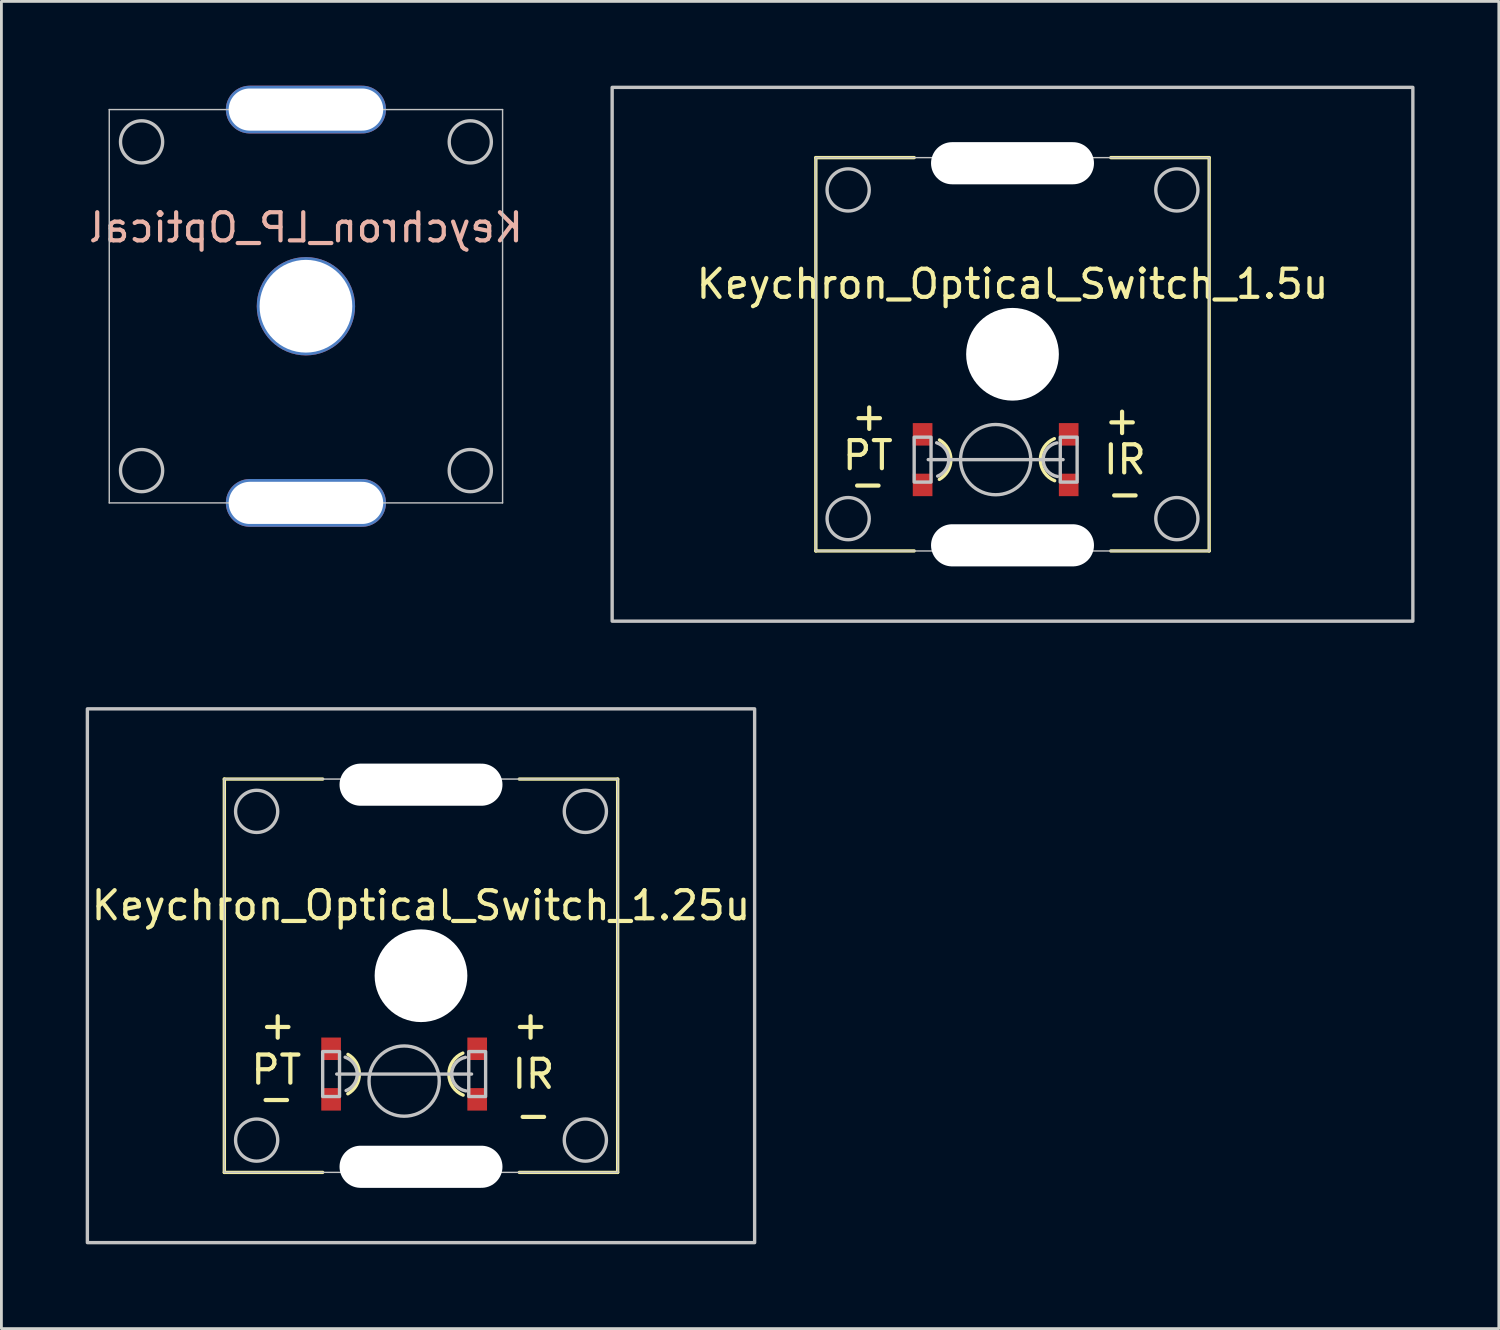
<source format=kicad_pcb>
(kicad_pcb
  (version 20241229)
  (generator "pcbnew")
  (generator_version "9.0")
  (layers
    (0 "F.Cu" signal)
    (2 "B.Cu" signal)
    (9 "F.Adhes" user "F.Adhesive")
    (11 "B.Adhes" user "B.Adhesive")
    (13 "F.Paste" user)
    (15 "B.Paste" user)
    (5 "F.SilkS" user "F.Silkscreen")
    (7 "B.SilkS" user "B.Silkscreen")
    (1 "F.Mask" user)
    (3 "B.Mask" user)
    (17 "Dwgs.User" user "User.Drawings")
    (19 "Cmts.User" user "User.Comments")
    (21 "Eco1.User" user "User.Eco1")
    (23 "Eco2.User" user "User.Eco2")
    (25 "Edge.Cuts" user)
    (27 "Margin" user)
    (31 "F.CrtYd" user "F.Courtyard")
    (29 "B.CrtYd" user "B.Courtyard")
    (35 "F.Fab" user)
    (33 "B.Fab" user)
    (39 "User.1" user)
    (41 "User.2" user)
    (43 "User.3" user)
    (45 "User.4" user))
  (footprint "Keychron_Optical_Switch_1.5u"
    (layer "F.Cu")
    (at 32.989 9.56)
    (property "Reference" "Keychron_Optical_Switch_1.5u" (at 0 -2.5 0) (unlocked yes) (layer "F.SilkS") (effects (font (size 1 1) (thickness 0.15))))
    (fp_line (start -7 -7) (end -7 7) (stroke (width 0.12) (type solid)) (layer "F.SilkS"))
    (fp_line (start -7 -7) (end -3.5 -7) (stroke (width 0.12) (type solid)) (layer "F.SilkS"))
    (fp_line (start -7 7) (end -3.5 7) (stroke (width 0.12) (type solid)) (layer "F.SilkS"))
    (fp_line (start 7 -7) (end 3.5 -7) (stroke (width 0.12) (type solid)) (layer "F.SilkS"))
    (fp_line (start 7 7) (end 3.5 7) (stroke (width 0.12) (type solid)) (layer "F.SilkS"))
    (fp_line (start 7 7) (end 7 -7) (stroke (width 0.12) (type solid)) (layer "F.SilkS"))
    (fp_arc (start -2.6 3.050001) (mid -2.19378 3.752724) (end -2.604739 4.452686) (stroke (width 0.12) (type solid)) (layer "F.SilkS"))
    (fp_arc (start 1.5 4.499999) (mid 0.992247 3.755769) (end 1.489318 3.004362) (stroke (width 0.12) (type solid)) (layer "F.SilkS"))
    (fp_line (start -7 -7) (end 7 -7) (stroke (width 0.05) (type solid)) (layer "Dwgs.User"))
    (fp_line (start -7 7) (end -7 -7) (stroke (width 0.05) (type solid)) (layer "Dwgs.User"))
    (fp_line (start 1.8 3.75) (end -3 3.75) (stroke (width 0.12) (type solid)) (layer "Dwgs.User"))
    (fp_line (start 7 -7) (end 7 7) (stroke (width 0.05) (type solid)) (layer "Dwgs.User"))
    (fp_line (start 7 7) (end -7 7) (stroke (width 0.05) (type solid)) (layer "Dwgs.User"))
    (fp_rect (start -14.25 9.5) (end 14.25 -9.5) (stroke (width 0.12) (type solid)) (fill no) (layer "Dwgs.User"))
    (fp_rect (start -2.9 2.95) (end -3.5 4.55) (stroke (width 0.12) (type solid)) (fill no) (layer "Dwgs.User"))
    (fp_rect (start 2.3 2.95) (end 1.7 4.55) (stroke (width 0.12) (type solid)) (fill no) (layer "Dwgs.User"))
    (fp_arc (start -2.7 3.150001) (mid -2.267818 3.731423) (end -2.665112 4.33722) (stroke (width 0.12) (type solid)) (layer "Dwgs.User"))
    (fp_arc (start 1.6 4.35) (mid 1.091803 3.759807) (end 1.580707 3.153536) (stroke (width 0.12) (type solid)) (layer "Dwgs.User"))
    (fp_circle (center -5.85 -5.85) (end -5.1 -5.85) (stroke (width 0.12) (type solid)) (fill no) (layer "Dwgs.User"))
    (fp_circle (center -5.85 5.85) (end -5.1 5.85) (stroke (width 0.12) (type solid)) (fill no) (layer "Dwgs.User"))
    (fp_circle (center -0.6 3.75) (end 0.65 3.75) (stroke (width 0.12) (type solid)) (fill no) (layer "Dwgs.User"))
    (fp_circle (center 5.85 -5.85) (end 6.6 -5.85) (stroke (width 0.12) (type solid)) (fill no) (layer "Dwgs.User"))
    (fp_circle (center 5.85 5.85) (end 6.6 5.85) (stroke (width 0.12) (type solid)) (fill no) (layer "Dwgs.User"))
    (fp_rect (start -0.8 -5.55) (end 0.8 -4.05) (stroke (width 0.12) (type solid)) (fill no) (layer "User.2"))
    (fp_circle (center 0 -4.8) (end 0.75 -4.8) (stroke (width 0.12) (type solid)) (fill no) (layer "User.2"))
    (fp_text user "+" (at -5.1 2.2 0) (unlocked yes) (layer "F.SilkS") (effects (font (size 1 1) (thickness 0.15))))
    (fp_text user "IR" (at 4 3.75 0) (unlocked yes) (layer "F.SilkS") (effects (font (size 1 1) (thickness 0.15))))
    (fp_text user "PT" (at -5.15 3.6 0) (unlocked yes) (layer "F.SilkS") (effects (font (size 1 1) (thickness 0.15))))
    (fp_text user "-" (at 4 4.95 0) (unlocked yes) (layer "F.SilkS") (effects (font (size 1 1) (thickness 0.15))))
    (fp_text user "-" (at -5.15 4.6 0) (unlocked yes) (layer "F.SilkS") (effects (font (size 1 1) (thickness 0.15))))
    (fp_text user "+" (at 3.9 2.35 0) (unlocked yes) (layer "F.SilkS") (effects (font (size 1 1) (thickness 0.15))))
    (pad "" np_thru_hole oval (at 0 -6.8) (size 5.8 1.5) (drill oval 5.8 1.5) (layers "*.Cu" "*.Mask"))
    (pad "" np_thru_hole circle (at 0 0) (size 3.3 3.3) (drill 3.3) (layers "*.Cu" "*.Mask"))
    (pad "" np_thru_hole oval (at 0 6.8) (size 5.8 1.5) (drill oval 5.8 1.5) (layers "*.Cu" "*.Mask"))
    (pad "1" smd rect (at 2 2.85) (size 0.7 0.8) (layers "F.Cu" "F.Mask" "F.Paste"))
    (pad "2" smd rect (at 2 4.65) (size 0.7 0.8) (layers "F.Cu" "F.Mask" "F.Paste"))
    (pad "3" smd rect (at -3.2 4.65) (size 0.7 0.8) (layers "F.Cu" "F.Mask" "F.Paste"))
    (pad "4" smd rect (at -3.2 2.85) (size 0.7 0.8) (layers "F.Cu" "F.Mask" "F.Paste")))
  (footprint "Keychron_LP_Optical"
    (layer "F.Cu")
    (at 7.839 7.85)
    (property "Reference" "Keychron_LP_Optical" (at 0 -2.8 0) (unlocked yes) (layer "B.SilkS") (effects (font (size 1 1) (thickness 0.15)) (justify mirror)))
    (attr smd)
    (fp_line (start -7 -7) (end 7 -7) (stroke (width 0.05) (type solid)) (layer "Dwgs.User"))
    (fp_line (start -7 7) (end -7 -7) (stroke (width 0.05) (type solid)) (layer "Dwgs.User"))
    (fp_line (start 7 -7) (end 7 7) (stroke (width 0.05) (type solid)) (layer "Dwgs.User"))
    (fp_line (start 7 7) (end -7 7) (stroke (width 0.05) (type solid)) (layer "Dwgs.User"))
    (fp_circle (center -5.85 -5.85) (end -5.1 -5.85) (stroke (width 0.12) (type solid)) (fill no) (layer "Dwgs.User"))
    (fp_circle (center -5.85 5.85) (end -5.1 5.85) (stroke (width 0.12) (type solid)) (fill no) (layer "Dwgs.User"))
    (fp_circle (center 5.85 -5.85) (end 6.6 -5.85) (stroke (width 0.12) (type solid)) (fill no) (layer "Dwgs.User"))
    (fp_circle (center 5.85 5.85) (end 6.6 5.85) (stroke (width 0.12) (type solid)) (fill no) (layer "Dwgs.User"))
    (fp_rect (start -4 2.25) (end -2 5.25) (stroke (width 0.12) (type solid)) (fill no) (layer "User.2"))
    (fp_rect (start -0.8 -5.55) (end 0.8 -4.05) (stroke (width 0.12) (type solid)) (fill no) (layer "User.2"))
    (fp_rect (start 0.8 2.25) (end 2.8 5.25) (stroke (width 0.12) (type solid)) (fill no) (layer "User.2"))
    (fp_circle (center -3 3.75) (end -2 3.75) (stroke (width 0.12) (type solid)) (fill no) (layer "User.2"))
    (fp_circle (center 0 -4.8) (end 0.75 -4.8) (stroke (width 0.12) (type solid)) (fill no) (layer "User.2"))
    (fp_circle (center 1.8 3.75) (end 2.8 3.75) (stroke (width 0.12) (type solid)) (fill no) (layer "User.2"))
    (fp_circle (center 0 0) (end 3.75 0) (stroke (width 0.12) (type solid)) (fill no) (layer "User.7"))
    (fp_circle (center 0 0) (end 5.5 0) (stroke (width 0.12) (type solid)) (fill no) (layer "User.7"))
    (pad "0" thru_hole oval (at 0 -7) (size 5.7 1.7) (drill oval 5.5 1.5) (layers "*.Cu" "*.Mask"))
    (pad "0" thru_hole circle (at 0 0) (size 3.5 3.5) (drill 3.3) (layers "*.Cu" "*.Mask"))
    (pad "0" thru_hole oval (at 0 7) (size 5.7 1.7) (drill oval 5.5 1.5) (layers "*.Cu" "*.Mask")))
  (footprint "Keychron_Optical_Switch_1.25u"
    (layer "F.Cu")
    (at 11.935 31.68)
    (property "Reference" "Keychron_Optical_Switch_1.25u" (at 0 -2.5 0) (unlocked yes) (layer "F.SilkS") (effects (font (size 1 1) (thickness 0.15))))
    (fp_line (start -7 -7) (end -7 7) (stroke (width 0.12) (type solid)) (layer "F.SilkS"))
    (fp_line (start -7 -7) (end -3.5 -7) (stroke (width 0.12) (type solid)) (layer "F.SilkS"))
    (fp_line (start -7 7) (end -3.5 7) (stroke (width 0.12) (type solid)) (layer "F.SilkS"))
    (fp_line (start 7 -7) (end 3.5 -7) (stroke (width 0.12) (type solid)) (layer "F.SilkS"))
    (fp_line (start 7 7) (end 3.5 7) (stroke (width 0.12) (type solid)) (layer "F.SilkS"))
    (fp_line (start 7 7) (end 7 -7) (stroke (width 0.12) (type solid)) (layer "F.SilkS"))
    (fp_arc (start -2.6 2.800001) (mid -2.19378 3.502724) (end -2.604739 4.202686) (stroke (width 0.12) (type solid)) (layer "F.SilkS"))
    (fp_arc (start 1.5 4.249999) (mid 0.992247 3.505769) (end 1.489318 2.754362) (stroke (width 0.12) (type solid)) (layer "F.SilkS"))
    (fp_line (start -7 -7) (end 7 -7) (stroke (width 0.05) (type solid)) (layer "Dwgs.User"))
    (fp_line (start -7 7) (end -7 -7) (stroke (width 0.05) (type solid)) (layer "Dwgs.User"))
    (fp_line (start 1.8 3.5) (end -3 3.5) (stroke (width 0.12) (type solid)) (layer "Dwgs.User"))
    (fp_line (start 7 -7) (end 7 7) (stroke (width 0.05) (type solid)) (layer "Dwgs.User"))
    (fp_line (start 7 7) (end -7 7) (stroke (width 0.05) (type solid)) (layer "Dwgs.User"))
    (fp_rect (start -11.875 9.5) (end 11.875 -9.5) (stroke (width 0.12) (type solid)) (fill no) (layer "Dwgs.User"))
    (fp_rect (start -2.9 2.7) (end -3.5 4.3) (stroke (width 0.12) (type solid)) (fill no) (layer "Dwgs.User"))
    (fp_rect (start 2.3 2.7) (end 1.7 4.3) (stroke (width 0.12) (type solid)) (fill no) (layer "Dwgs.User"))
    (fp_arc (start -2.7 2.900001) (mid -2.267818 3.481423) (end -2.665112 4.08722) (stroke (width 0.12) (type solid)) (layer "Dwgs.User"))
    (fp_arc (start 1.6 4.1) (mid 1.091803 3.509807) (end 1.580707 2.903536) (stroke (width 0.12) (type solid)) (layer "Dwgs.User"))
    (fp_circle (center -5.85 -5.85) (end -5.1 -5.85) (stroke (width 0.12) (type solid)) (fill no) (layer "Dwgs.User"))
    (fp_circle (center -5.85 5.85) (end -5.1 5.85) (stroke (width 0.12) (type solid)) (fill no) (layer "Dwgs.User"))
    (fp_circle (center -0.6 3.75) (end 0.65 3.75) (stroke (width 0.12) (type solid)) (fill no) (layer "Dwgs.User"))
    (fp_circle (center 5.85 -5.85) (end 6.6 -5.85) (stroke (width 0.12) (type solid)) (fill no) (layer "Dwgs.User"))
    (fp_circle (center 5.85 5.85) (end 6.6 5.85) (stroke (width 0.12) (type solid)) (fill no) (layer "Dwgs.User"))
    (fp_rect (start -0.8 -5.55) (end 0.8 -4.05) (stroke (width 0.12) (type solid)) (fill no) (layer "User.2"))
    (fp_circle (center 0 -4.8) (end 0.75 -4.8) (stroke (width 0.12) (type solid)) (fill no) (layer "User.2"))
    (fp_text user "-" (at -5.15 4.35 0) (unlocked yes) (layer "F.SilkS") (effects (font (size 1 1) (thickness 0.15))))
    (fp_text user "IR" (at 4 3.5 0) (unlocked yes) (layer "F.SilkS") (effects (font (size 1 1) (thickness 0.15))))
    (fp_text user "+" (at 3.9 1.75 0) (unlocked yes) (layer "F.SilkS") (effects (font (size 1 1) (thickness 0.15))))
    (fp_text user "PT" (at -5.15 3.35 0) (unlocked yes) (layer "F.SilkS") (effects (font (size 1 1) (thickness 0.15))))
    (fp_text user "+" (at -5.1 1.75 0) (unlocked yes) (layer "F.SilkS") (effects (font (size 1 1) (thickness 0.15))))
    (fp_text user "-" (at 4 4.95 0) (unlocked yes) (layer "F.SilkS") (effects (font (size 1 1) (thickness 0.15))))
    (pad "" np_thru_hole oval (at 0 -6.8) (size 5.8 1.5) (drill oval 5.8 1.5) (layers "*.Cu" "*.Mask"))
    (pad "" np_thru_hole circle (at 0 0) (size 3.3 3.3) (drill 3.3) (layers "*.Cu" "*.Mask"))
    (pad "" np_thru_hole oval (at 0 6.8) (size 5.8 1.5) (drill oval 5.8 1.5) (layers "*.Cu" "*.Mask"))
    (pad "1" smd rect (at 2 2.6) (size 0.7 0.8) (layers "F.Cu" "F.Mask" "F.Paste"))
    (pad "2" smd rect (at 2 4.4) (size 0.7 0.8) (layers "F.Cu" "F.Mask" "F.Paste"))
    (pad "3" smd rect (at -3.2 4.4) (size 0.7 0.8) (layers "F.Cu" "F.Mask" "F.Paste"))
    (pad "4" smd rect (at -3.2 2.6) (size 0.7 0.8) (layers "F.Cu" "F.Mask" "F.Paste")))
  (gr_rect
    (start -3 -3)
    (end 50.299 44.24)
    (stroke (width 0.1) (type default))
    (fill no)
    (layer "Edge.Cuts")))
</source>
